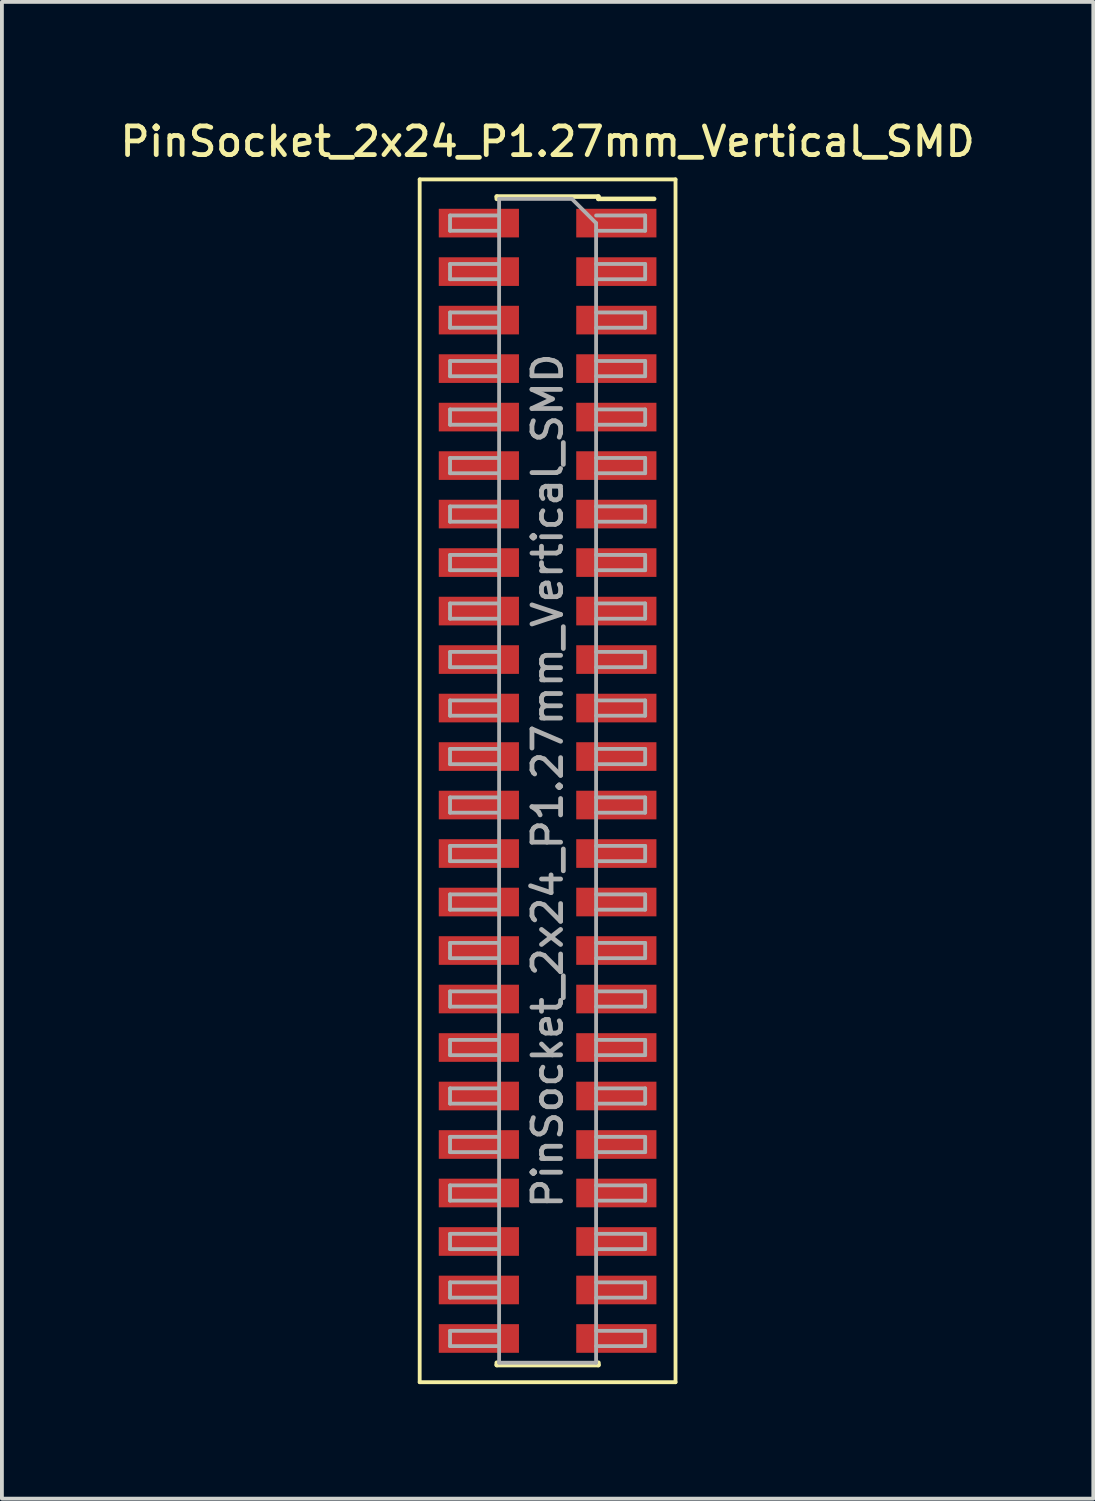
<source format=kicad_pcb>
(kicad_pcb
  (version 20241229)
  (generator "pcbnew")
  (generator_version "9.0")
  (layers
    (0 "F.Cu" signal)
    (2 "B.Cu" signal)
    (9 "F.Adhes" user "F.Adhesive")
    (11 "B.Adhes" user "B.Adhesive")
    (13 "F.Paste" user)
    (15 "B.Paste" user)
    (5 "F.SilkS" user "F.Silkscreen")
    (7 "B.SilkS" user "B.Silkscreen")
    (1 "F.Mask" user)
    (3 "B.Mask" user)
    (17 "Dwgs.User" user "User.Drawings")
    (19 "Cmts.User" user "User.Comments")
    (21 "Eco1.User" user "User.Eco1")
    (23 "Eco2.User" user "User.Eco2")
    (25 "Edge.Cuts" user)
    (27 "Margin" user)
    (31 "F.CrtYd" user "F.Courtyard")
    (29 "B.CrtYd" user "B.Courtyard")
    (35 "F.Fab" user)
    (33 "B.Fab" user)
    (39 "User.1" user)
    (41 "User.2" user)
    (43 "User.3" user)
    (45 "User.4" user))
  (footprint "PinSocket_2x24_P1.27mm_Vertical_SMD"
    (layer "F.Cu")
    (at 11.291 17.398)
    (property "Reference" "PinSocket_2x24_P1.27mm_Vertical_SMD" (at 0 -16.74 0) (layer "F.SilkS") (effects (font (size 0.75 0.75) (thickness 0.125))))
    (attr smd)
    (fp_line (start -3.35 -15.75) (end 3.35 -15.75) (stroke (width 0.1) (type solid)) (layer "F.SilkS"))
    (fp_line (start -3.35 15.75) (end -3.35 -15.75) (stroke (width 0.1) (type solid)) (layer "F.SilkS"))
    (fp_line (start -1.33 -15.3) (end -1.33 -15.24) (stroke (width 0.12) (type solid)) (layer "F.SilkS"))
    (fp_line (start -1.33 -15.3) (end 1.33 -15.3) (stroke (width 0.12) (type solid)) (layer "F.SilkS"))
    (fp_line (start -1.33 15.24) (end -1.33 15.3) (stroke (width 0.12) (type solid)) (layer "F.SilkS"))
    (fp_line (start -1.33 15.3) (end 1.33 15.3) (stroke (width 0.12) (type solid)) (layer "F.SilkS"))
    (fp_line (start 1.33 -15.3) (end 1.33 -15.24) (stroke (width 0.12) (type solid)) (layer "F.SilkS"))
    (fp_line (start 1.33 -15.24) (end 2.79 -15.24) (stroke (width 0.12) (type solid)) (layer "F.SilkS"))
    (fp_line (start 1.33 15.24) (end 1.33 15.3) (stroke (width 0.12) (type solid)) (layer "F.SilkS"))
    (fp_line (start 3.35 -15.75) (end 3.35 15.75) (stroke (width 0.1) (type solid)) (layer "F.SilkS"))
    (fp_line (start 3.35 15.75) (end -3.35 15.75) (stroke (width 0.1) (type solid)) (layer "F.SilkS"))
    (fp_line (start -2.555 -14.805) (end -1.27 -14.805) (stroke (width 0.1) (type solid)) (layer "F.Fab"))
    (fp_line (start -2.555 -14.405) (end -2.555 -14.805) (stroke (width 0.1) (type solid)) (layer "F.Fab"))
    (fp_line (start -2.555 -13.535) (end -1.27 -13.535) (stroke (width 0.1) (type solid)) (layer "F.Fab"))
    (fp_line (start -2.555 -13.135) (end -2.555 -13.535) (stroke (width 0.1) (type solid)) (layer "F.Fab"))
    (fp_line (start -2.555 -12.265) (end -1.27 -12.265) (stroke (width 0.1) (type solid)) (layer "F.Fab"))
    (fp_line (start -2.555 -11.865) (end -2.555 -12.265) (stroke (width 0.1) (type solid)) (layer "F.Fab"))
    (fp_line (start -2.555 -10.995) (end -1.27 -10.995) (stroke (width 0.1) (type solid)) (layer "F.Fab"))
    (fp_line (start -2.555 -10.595) (end -2.555 -10.995) (stroke (width 0.1) (type solid)) (layer "F.Fab"))
    (fp_line (start -2.555 -9.725) (end -1.27 -9.725) (stroke (width 0.1) (type solid)) (layer "F.Fab"))
    (fp_line (start -2.555 -9.325) (end -2.555 -9.725) (stroke (width 0.1) (type solid)) (layer "F.Fab"))
    (fp_line (start -2.555 -8.455) (end -1.27 -8.455) (stroke (width 0.1) (type solid)) (layer "F.Fab"))
    (fp_line (start -2.555 -8.055) (end -2.555 -8.455) (stroke (width 0.1) (type solid)) (layer "F.Fab"))
    (fp_line (start -2.555 -7.185) (end -1.27 -7.185) (stroke (width 0.1) (type solid)) (layer "F.Fab"))
    (fp_line (start -2.555 -6.785) (end -2.555 -7.185) (stroke (width 0.1) (type solid)) (layer "F.Fab"))
    (fp_line (start -2.555 -5.915) (end -1.27 -5.915) (stroke (width 0.1) (type solid)) (layer "F.Fab"))
    (fp_line (start -2.555 -5.515) (end -2.555 -5.915) (stroke (width 0.1) (type solid)) (layer "F.Fab"))
    (fp_line (start -2.555 -4.645) (end -1.27 -4.645) (stroke (width 0.1) (type solid)) (layer "F.Fab"))
    (fp_line (start -2.555 -4.245) (end -2.555 -4.645) (stroke (width 0.1) (type solid)) (layer "F.Fab"))
    (fp_line (start -2.555 -3.375) (end -1.27 -3.375) (stroke (width 0.1) (type solid)) (layer "F.Fab"))
    (fp_line (start -2.555 -2.975) (end -2.555 -3.375) (stroke (width 0.1) (type solid)) (layer "F.Fab"))
    (fp_line (start -2.555 -2.105) (end -1.27 -2.105) (stroke (width 0.1) (type solid)) (layer "F.Fab"))
    (fp_line (start -2.555 -1.705) (end -2.555 -2.105) (stroke (width 0.1) (type solid)) (layer "F.Fab"))
    (fp_line (start -2.555 -0.835) (end -1.27 -0.835) (stroke (width 0.1) (type solid)) (layer "F.Fab"))
    (fp_line (start -2.555 -0.435) (end -2.555 -0.835) (stroke (width 0.1) (type solid)) (layer "F.Fab"))
    (fp_line (start -2.555 0.435) (end -1.27 0.435) (stroke (width 0.1) (type solid)) (layer "F.Fab"))
    (fp_line (start -2.555 0.835) (end -2.555 0.435) (stroke (width 0.1) (type solid)) (layer "F.Fab"))
    (fp_line (start -2.555 1.705) (end -1.27 1.705) (stroke (width 0.1) (type solid)) (layer "F.Fab"))
    (fp_line (start -2.555 2.105) (end -2.555 1.705) (stroke (width 0.1) (type solid)) (layer "F.Fab"))
    (fp_line (start -2.555 2.975) (end -1.27 2.975) (stroke (width 0.1) (type solid)) (layer "F.Fab"))
    (fp_line (start -2.555 3.375) (end -2.555 2.975) (stroke (width 0.1) (type solid)) (layer "F.Fab"))
    (fp_line (start -2.555 4.245) (end -1.27 4.245) (stroke (width 0.1) (type solid)) (layer "F.Fab"))
    (fp_line (start -2.555 4.645) (end -2.555 4.245) (stroke (width 0.1) (type solid)) (layer "F.Fab"))
    (fp_line (start -2.555 5.515) (end -1.27 5.515) (stroke (width 0.1) (type solid)) (layer "F.Fab"))
    (fp_line (start -2.555 5.915) (end -2.555 5.515) (stroke (width 0.1) (type solid)) (layer "F.Fab"))
    (fp_line (start -2.555 6.785) (end -1.27 6.785) (stroke (width 0.1) (type solid)) (layer "F.Fab"))
    (fp_line (start -2.555 7.185) (end -2.555 6.785) (stroke (width 0.1) (type solid)) (layer "F.Fab"))
    (fp_line (start -2.555 8.055) (end -1.27 8.055) (stroke (width 0.1) (type solid)) (layer "F.Fab"))
    (fp_line (start -2.555 8.455) (end -2.555 8.055) (stroke (width 0.1) (type solid)) (layer "F.Fab"))
    (fp_line (start -2.555 9.325) (end -1.27 9.325) (stroke (width 0.1) (type solid)) (layer "F.Fab"))
    (fp_line (start -2.555 9.725) (end -2.555 9.325) (stroke (width 0.1) (type solid)) (layer "F.Fab"))
    (fp_line (start -2.555 10.595) (end -1.27 10.595) (stroke (width 0.1) (type solid)) (layer "F.Fab"))
    (fp_line (start -2.555 10.995) (end -2.555 10.595) (stroke (width 0.1) (type solid)) (layer "F.Fab"))
    (fp_line (start -2.555 11.865) (end -1.27 11.865) (stroke (width 0.1) (type solid)) (layer "F.Fab"))
    (fp_line (start -2.555 12.265) (end -2.555 11.865) (stroke (width 0.1) (type solid)) (layer "F.Fab"))
    (fp_line (start -2.555 13.135) (end -1.27 13.135) (stroke (width 0.1) (type solid)) (layer "F.Fab"))
    (fp_line (start -2.555 13.535) (end -2.555 13.135) (stroke (width 0.1) (type solid)) (layer "F.Fab"))
    (fp_line (start -2.555 14.405) (end -1.27 14.405) (stroke (width 0.1) (type solid)) (layer "F.Fab"))
    (fp_line (start -2.555 14.805) (end -2.555 14.405) (stroke (width 0.1) (type solid)) (layer "F.Fab"))
    (fp_line (start -1.27 -15.24) (end 0.635 -15.24) (stroke (width 0.1) (type solid)) (layer "F.Fab"))
    (fp_line (start -1.27 -14.405) (end -2.555 -14.405) (stroke (width 0.1) (type solid)) (layer "F.Fab"))
    (fp_line (start -1.27 -13.135) (end -2.555 -13.135) (stroke (width 0.1) (type solid)) (layer "F.Fab"))
    (fp_line (start -1.27 -11.865) (end -2.555 -11.865) (stroke (width 0.1) (type solid)) (layer "F.Fab"))
    (fp_line (start -1.27 -10.595) (end -2.555 -10.595) (stroke (width 0.1) (type solid)) (layer "F.Fab"))
    (fp_line (start -1.27 -9.325) (end -2.555 -9.325) (stroke (width 0.1) (type solid)) (layer "F.Fab"))
    (fp_line (start -1.27 -8.055) (end -2.555 -8.055) (stroke (width 0.1) (type solid)) (layer "F.Fab"))
    (fp_line (start -1.27 -6.785) (end -2.555 -6.785) (stroke (width 0.1) (type solid)) (layer "F.Fab"))
    (fp_line (start -1.27 -5.515) (end -2.555 -5.515) (stroke (width 0.1) (type solid)) (layer "F.Fab"))
    (fp_line (start -1.27 -4.245) (end -2.555 -4.245) (stroke (width 0.1) (type solid)) (layer "F.Fab"))
    (fp_line (start -1.27 -2.975) (end -2.555 -2.975) (stroke (width 0.1) (type solid)) (layer "F.Fab"))
    (fp_line (start -1.27 -1.705) (end -2.555 -1.705) (stroke (width 0.1) (type solid)) (layer "F.Fab"))
    (fp_line (start -1.27 -0.435) (end -2.555 -0.435) (stroke (width 0.1) (type solid)) (layer "F.Fab"))
    (fp_line (start -1.27 0.835) (end -2.555 0.835) (stroke (width 0.1) (type solid)) (layer "F.Fab"))
    (fp_line (start -1.27 2.105) (end -2.555 2.105) (stroke (width 0.1) (type solid)) (layer "F.Fab"))
    (fp_line (start -1.27 3.375) (end -2.555 3.375) (stroke (width 0.1) (type solid)) (layer "F.Fab"))
    (fp_line (start -1.27 4.645) (end -2.555 4.645) (stroke (width 0.1) (type solid)) (layer "F.Fab"))
    (fp_line (start -1.27 5.915) (end -2.555 5.915) (stroke (width 0.1) (type solid)) (layer "F.Fab"))
    (fp_line (start -1.27 7.185) (end -2.555 7.185) (stroke (width 0.1) (type solid)) (layer "F.Fab"))
    (fp_line (start -1.27 8.455) (end -2.555 8.455) (stroke (width 0.1) (type solid)) (layer "F.Fab"))
    (fp_line (start -1.27 9.725) (end -2.555 9.725) (stroke (width 0.1) (type solid)) (layer "F.Fab"))
    (fp_line (start -1.27 10.995) (end -2.555 10.995) (stroke (width 0.1) (type solid)) (layer "F.Fab"))
    (fp_line (start -1.27 12.265) (end -2.555 12.265) (stroke (width 0.1) (type solid)) (layer "F.Fab"))
    (fp_line (start -1.27 13.535) (end -2.555 13.535) (stroke (width 0.1) (type solid)) (layer "F.Fab"))
    (fp_line (start -1.27 14.805) (end -2.555 14.805) (stroke (width 0.1) (type solid)) (layer "F.Fab"))
    (fp_line (start -1.27 15.24) (end -1.27 -15.24) (stroke (width 0.1) (type solid)) (layer "F.Fab"))
    (fp_line (start 0.635 -15.24) (end 1.27 -14.605) (stroke (width 0.1) (type solid)) (layer "F.Fab"))
    (fp_line (start 1.27 -14.805) (end 2.555 -14.805) (stroke (width 0.1) (type solid)) (layer "F.Fab"))
    (fp_line (start 1.27 -14.605) (end 1.27 15.24) (stroke (width 0.1) (type solid)) (layer "F.Fab"))
    (fp_line (start 1.27 -13.535) (end 2.555 -13.535) (stroke (width 0.1) (type solid)) (layer "F.Fab"))
    (fp_line (start 1.27 -12.265) (end 2.555 -12.265) (stroke (width 0.1) (type solid)) (layer "F.Fab"))
    (fp_line (start 1.27 -10.995) (end 2.555 -10.995) (stroke (width 0.1) (type solid)) (layer "F.Fab"))
    (fp_line (start 1.27 -9.725) (end 2.555 -9.725) (stroke (width 0.1) (type solid)) (layer "F.Fab"))
    (fp_line (start 1.27 -8.455) (end 2.555 -8.455) (stroke (width 0.1) (type solid)) (layer "F.Fab"))
    (fp_line (start 1.27 -7.185) (end 2.555 -7.185) (stroke (width 0.1) (type solid)) (layer "F.Fab"))
    (fp_line (start 1.27 -5.915) (end 2.555 -5.915) (stroke (width 0.1) (type solid)) (layer "F.Fab"))
    (fp_line (start 1.27 -4.645) (end 2.555 -4.645) (stroke (width 0.1) (type solid)) (layer "F.Fab"))
    (fp_line (start 1.27 -3.375) (end 2.555 -3.375) (stroke (width 0.1) (type solid)) (layer "F.Fab"))
    (fp_line (start 1.27 -2.105) (end 2.555 -2.105) (stroke (width 0.1) (type solid)) (layer "F.Fab"))
    (fp_line (start 1.27 -0.835) (end 2.555 -0.835) (stroke (width 0.1) (type solid)) (layer "F.Fab"))
    (fp_line (start 1.27 0.435) (end 2.555 0.435) (stroke (width 0.1) (type solid)) (layer "F.Fab"))
    (fp_line (start 1.27 1.705) (end 2.555 1.705) (stroke (width 0.1) (type solid)) (layer "F.Fab"))
    (fp_line (start 1.27 2.975) (end 2.555 2.975) (stroke (width 0.1) (type solid)) (layer "F.Fab"))
    (fp_line (start 1.27 4.245) (end 2.555 4.245) (stroke (width 0.1) (type solid)) (layer "F.Fab"))
    (fp_line (start 1.27 5.515) (end 2.555 5.515) (stroke (width 0.1) (type solid)) (layer "F.Fab"))
    (fp_line (start 1.27 6.785) (end 2.555 6.785) (stroke (width 0.1) (type solid)) (layer "F.Fab"))
    (fp_line (start 1.27 8.055) (end 2.555 8.055) (stroke (width 0.1) (type solid)) (layer "F.Fab"))
    (fp_line (start 1.27 9.325) (end 2.555 9.325) (stroke (width 0.1) (type solid)) (layer "F.Fab"))
    (fp_line (start 1.27 10.595) (end 2.555 10.595) (stroke (width 0.1) (type solid)) (layer "F.Fab"))
    (fp_line (start 1.27 11.865) (end 2.555 11.865) (stroke (width 0.1) (type solid)) (layer "F.Fab"))
    (fp_line (start 1.27 13.135) (end 2.555 13.135) (stroke (width 0.1) (type solid)) (layer "F.Fab"))
    (fp_line (start 1.27 14.405) (end 2.555 14.405) (stroke (width 0.1) (type solid)) (layer "F.Fab"))
    (fp_line (start 1.27 15.24) (end -1.27 15.24) (stroke (width 0.1) (type solid)) (layer "F.Fab"))
    (fp_line (start 2.555 -14.805) (end 2.555 -14.405) (stroke (width 0.1) (type solid)) (layer "F.Fab"))
    (fp_line (start 2.555 -14.405) (end 1.27 -14.405) (stroke (width 0.1) (type solid)) (layer "F.Fab"))
    (fp_line (start 2.555 -13.535) (end 2.555 -13.135) (stroke (width 0.1) (type solid)) (layer "F.Fab"))
    (fp_line (start 2.555 -13.135) (end 1.27 -13.135) (stroke (width 0.1) (type solid)) (layer "F.Fab"))
    (fp_line (start 2.555 -12.265) (end 2.555 -11.865) (stroke (width 0.1) (type solid)) (layer "F.Fab"))
    (fp_line (start 2.555 -11.865) (end 1.27 -11.865) (stroke (width 0.1) (type solid)) (layer "F.Fab"))
    (fp_line (start 2.555 -10.995) (end 2.555 -10.595) (stroke (width 0.1) (type solid)) (layer "F.Fab"))
    (fp_line (start 2.555 -10.595) (end 1.27 -10.595) (stroke (width 0.1) (type solid)) (layer "F.Fab"))
    (fp_line (start 2.555 -9.725) (end 2.555 -9.325) (stroke (width 0.1) (type solid)) (layer "F.Fab"))
    (fp_line (start 2.555 -9.325) (end 1.27 -9.325) (stroke (width 0.1) (type solid)) (layer "F.Fab"))
    (fp_line (start 2.555 -8.455) (end 2.555 -8.055) (stroke (width 0.1) (type solid)) (layer "F.Fab"))
    (fp_line (start 2.555 -8.055) (end 1.27 -8.055) (stroke (width 0.1) (type solid)) (layer "F.Fab"))
    (fp_line (start 2.555 -7.185) (end 2.555 -6.785) (stroke (width 0.1) (type solid)) (layer "F.Fab"))
    (fp_line (start 2.555 -6.785) (end 1.27 -6.785) (stroke (width 0.1) (type solid)) (layer "F.Fab"))
    (fp_line (start 2.555 -5.915) (end 2.555 -5.515) (stroke (width 0.1) (type solid)) (layer "F.Fab"))
    (fp_line (start 2.555 -5.515) (end 1.27 -5.515) (stroke (width 0.1) (type solid)) (layer "F.Fab"))
    (fp_line (start 2.555 -4.645) (end 2.555 -4.245) (stroke (width 0.1) (type solid)) (layer "F.Fab"))
    (fp_line (start 2.555 -4.245) (end 1.27 -4.245) (stroke (width 0.1) (type solid)) (layer "F.Fab"))
    (fp_line (start 2.555 -3.375) (end 2.555 -2.975) (stroke (width 0.1) (type solid)) (layer "F.Fab"))
    (fp_line (start 2.555 -2.975) (end 1.27 -2.975) (stroke (width 0.1) (type solid)) (layer "F.Fab"))
    (fp_line (start 2.555 -2.105) (end 2.555 -1.705) (stroke (width 0.1) (type solid)) (layer "F.Fab"))
    (fp_line (start 2.555 -1.705) (end 1.27 -1.705) (stroke (width 0.1) (type solid)) (layer "F.Fab"))
    (fp_line (start 2.555 -0.835) (end 2.555 -0.435) (stroke (width 0.1) (type solid)) (layer "F.Fab"))
    (fp_line (start 2.555 -0.435) (end 1.27 -0.435) (stroke (width 0.1) (type solid)) (layer "F.Fab"))
    (fp_line (start 2.555 0.435) (end 2.555 0.835) (stroke (width 0.1) (type solid)) (layer "F.Fab"))
    (fp_line (start 2.555 0.835) (end 1.27 0.835) (stroke (width 0.1) (type solid)) (layer "F.Fab"))
    (fp_line (start 2.555 1.705) (end 2.555 2.105) (stroke (width 0.1) (type solid)) (layer "F.Fab"))
    (fp_line (start 2.555 2.105) (end 1.27 2.105) (stroke (width 0.1) (type solid)) (layer "F.Fab"))
    (fp_line (start 2.555 2.975) (end 2.555 3.375) (stroke (width 0.1) (type solid)) (layer "F.Fab"))
    (fp_line (start 2.555 3.375) (end 1.27 3.375) (stroke (width 0.1) (type solid)) (layer "F.Fab"))
    (fp_line (start 2.555 4.245) (end 2.555 4.645) (stroke (width 0.1) (type solid)) (layer "F.Fab"))
    (fp_line (start 2.555 4.645) (end 1.27 4.645) (stroke (width 0.1) (type solid)) (layer "F.Fab"))
    (fp_line (start 2.555 5.515) (end 2.555 5.915) (stroke (width 0.1) (type solid)) (layer "F.Fab"))
    (fp_line (start 2.555 5.915) (end 1.27 5.915) (stroke (width 0.1) (type solid)) (layer "F.Fab"))
    (fp_line (start 2.555 6.785) (end 2.555 7.185) (stroke (width 0.1) (type solid)) (layer "F.Fab"))
    (fp_line (start 2.555 7.185) (end 1.27 7.185) (stroke (width 0.1) (type solid)) (layer "F.Fab"))
    (fp_line (start 2.555 8.055) (end 2.555 8.455) (stroke (width 0.1) (type solid)) (layer "F.Fab"))
    (fp_line (start 2.555 8.455) (end 1.27 8.455) (stroke (width 0.1) (type solid)) (layer "F.Fab"))
    (fp_line (start 2.555 9.325) (end 2.555 9.725) (stroke (width 0.1) (type solid)) (layer "F.Fab"))
    (fp_line (start 2.555 9.725) (end 1.27 9.725) (stroke (width 0.1) (type solid)) (layer "F.Fab"))
    (fp_line (start 2.555 10.595) (end 2.555 10.995) (stroke (width 0.1) (type solid)) (layer "F.Fab"))
    (fp_line (start 2.555 10.995) (end 1.27 10.995) (stroke (width 0.1) (type solid)) (layer "F.Fab"))
    (fp_line (start 2.555 11.865) (end 2.555 12.265) (stroke (width 0.1) (type solid)) (layer "F.Fab"))
    (fp_line (start 2.555 12.265) (end 1.27 12.265) (stroke (width 0.1) (type solid)) (layer "F.Fab"))
    (fp_line (start 2.555 13.135) (end 2.555 13.535) (stroke (width 0.1) (type solid)) (layer "F.Fab"))
    (fp_line (start 2.555 13.535) (end 1.27 13.535) (stroke (width 0.1) (type solid)) (layer "F.Fab"))
    (fp_line (start 2.555 14.405) (end 2.555 14.805) (stroke (width 0.1) (type solid)) (layer "F.Fab"))
    (fp_line (start 2.555 14.805) (end 1.27 14.805) (stroke (width 0.1) (type solid)) (layer "F.Fab"))
    (fp_text user "${REFERENCE}" (at 0 0 90) (layer "F.Fab") (effects (font (size 0.75 0.75) (thickness 0.125))))
    (pad "1" smd rect (at 1.8 -14.605) (size 2.1 0.75) (layers "F.Cu" "F.Mask" "F.Paste"))
    (pad "2" smd rect (at -1.8 -14.605) (size 2.1 0.75) (layers "F.Cu" "F.Mask" "F.Paste"))
    (pad "3" smd rect (at 1.8 -13.335) (size 2.1 0.75) (layers "F.Cu" "F.Mask" "F.Paste"))
    (pad "4" smd rect (at -1.8 -13.335) (size 2.1 0.75) (layers "F.Cu" "F.Mask" "F.Paste"))
    (pad "5" smd rect (at 1.8 -12.065) (size 2.1 0.75) (layers "F.Cu" "F.Mask" "F.Paste"))
    (pad "6" smd rect (at -1.8 -12.065) (size 2.1 0.75) (layers "F.Cu" "F.Mask" "F.Paste"))
    (pad "7" smd rect (at 1.8 -10.795) (size 2.1 0.75) (layers "F.Cu" "F.Mask" "F.Paste"))
    (pad "8" smd rect (at -1.8 -10.795) (size 2.1 0.75) (layers "F.Cu" "F.Mask" "F.Paste"))
    (pad "9" smd rect (at 1.8 -9.525) (size 2.1 0.75) (layers "F.Cu" "F.Mask" "F.Paste"))
    (pad "10" smd rect (at -1.8 -9.525) (size 2.1 0.75) (layers "F.Cu" "F.Mask" "F.Paste"))
    (pad "11" smd rect (at 1.8 -8.255) (size 2.1 0.75) (layers "F.Cu" "F.Mask" "F.Paste"))
    (pad "12" smd rect (at -1.8 -8.255) (size 2.1 0.75) (layers "F.Cu" "F.Mask" "F.Paste"))
    (pad "13" smd rect (at 1.8 -6.985) (size 2.1 0.75) (layers "F.Cu" "F.Mask" "F.Paste"))
    (pad "14" smd rect (at -1.8 -6.985) (size 2.1 0.75) (layers "F.Cu" "F.Mask" "F.Paste"))
    (pad "15" smd rect (at 1.8 -5.715) (size 2.1 0.75) (layers "F.Cu" "F.Mask" "F.Paste"))
    (pad "16" smd rect (at -1.8 -5.715) (size 2.1 0.75) (layers "F.Cu" "F.Mask" "F.Paste"))
    (pad "17" smd rect (at 1.8 -4.445) (size 2.1 0.75) (layers "F.Cu" "F.Mask" "F.Paste"))
    (pad "18" smd rect (at -1.8 -4.445) (size 2.1 0.75) (layers "F.Cu" "F.Mask" "F.Paste"))
    (pad "19" smd rect (at 1.8 -3.175) (size 2.1 0.75) (layers "F.Cu" "F.Mask" "F.Paste"))
    (pad "20" smd rect (at -1.8 -3.175) (size 2.1 0.75) (layers "F.Cu" "F.Mask" "F.Paste"))
    (pad "21" smd rect (at 1.8 -1.905) (size 2.1 0.75) (layers "F.Cu" "F.Mask" "F.Paste"))
    (pad "22" smd rect (at -1.8 -1.905) (size 2.1 0.75) (layers "F.Cu" "F.Mask" "F.Paste"))
    (pad "23" smd rect (at 1.8 -0.635) (size 2.1 0.75) (layers "F.Cu" "F.Mask" "F.Paste"))
    (pad "24" smd rect (at -1.8 -0.635) (size 2.1 0.75) (layers "F.Cu" "F.Mask" "F.Paste"))
    (pad "25" smd rect (at 1.8 0.635) (size 2.1 0.75) (layers "F.Cu" "F.Mask" "F.Paste"))
    (pad "26" smd rect (at -1.8 0.635) (size 2.1 0.75) (layers "F.Cu" "F.Mask" "F.Paste"))
    (pad "27" smd rect (at 1.8 1.905) (size 2.1 0.75) (layers "F.Cu" "F.Mask" "F.Paste"))
    (pad "28" smd rect (at -1.8 1.905) (size 2.1 0.75) (layers "F.Cu" "F.Mask" "F.Paste"))
    (pad "29" smd rect (at 1.8 3.175) (size 2.1 0.75) (layers "F.Cu" "F.Mask" "F.Paste"))
    (pad "30" smd rect (at -1.8 3.175) (size 2.1 0.75) (layers "F.Cu" "F.Mask" "F.Paste"))
    (pad "31" smd rect (at 1.8 4.445) (size 2.1 0.75) (layers "F.Cu" "F.Mask" "F.Paste"))
    (pad "32" smd rect (at -1.8 4.445) (size 2.1 0.75) (layers "F.Cu" "F.Mask" "F.Paste"))
    (pad "33" smd rect (at 1.8 5.715) (size 2.1 0.75) (layers "F.Cu" "F.Mask" "F.Paste"))
    (pad "34" smd rect (at -1.8 5.715) (size 2.1 0.75) (layers "F.Cu" "F.Mask" "F.Paste"))
    (pad "35" smd rect (at 1.8 6.985) (size 2.1 0.75) (layers "F.Cu" "F.Mask" "F.Paste"))
    (pad "36" smd rect (at -1.8 6.985) (size 2.1 0.75) (layers "F.Cu" "F.Mask" "F.Paste"))
    (pad "37" smd rect (at 1.8 8.255) (size 2.1 0.75) (layers "F.Cu" "F.Mask" "F.Paste"))
    (pad "38" smd rect (at -1.8 8.255) (size 2.1 0.75) (layers "F.Cu" "F.Mask" "F.Paste"))
    (pad "39" smd rect (at 1.8 9.525) (size 2.1 0.75) (layers "F.Cu" "F.Mask" "F.Paste"))
    (pad "40" smd rect (at -1.8 9.525) (size 2.1 0.75) (layers "F.Cu" "F.Mask" "F.Paste"))
    (pad "41" smd rect (at 1.8 10.795) (size 2.1 0.75) (layers "F.Cu" "F.Mask" "F.Paste"))
    (pad "42" smd rect (at -1.8 10.795) (size 2.1 0.75) (layers "F.Cu" "F.Mask" "F.Paste"))
    (pad "43" smd rect (at 1.8 12.065) (size 2.1 0.75) (layers "F.Cu" "F.Mask" "F.Paste"))
    (pad "44" smd rect (at -1.8 12.065) (size 2.1 0.75) (layers "F.Cu" "F.Mask" "F.Paste"))
    (pad "45" smd rect (at 1.8 13.335) (size 2.1 0.75) (layers "F.Cu" "F.Mask" "F.Paste"))
    (pad "46" smd rect (at -1.8 13.335) (size 2.1 0.75) (layers "F.Cu" "F.Mask" "F.Paste"))
    (pad "47" smd rect (at 1.8 14.605) (size 2.1 0.75) (layers "F.Cu" "F.Mask" "F.Paste"))
    (pad "48" smd rect (at -1.8 14.605) (size 2.1 0.75) (layers "F.Cu" "F.Mask" "F.Paste")))
  (gr_rect
    (start -3 -3)
    (end 25.582 36.198)
    (stroke (width 0.1) (type default))
    (fill no)
    (layer "Edge.Cuts")))
</source>
